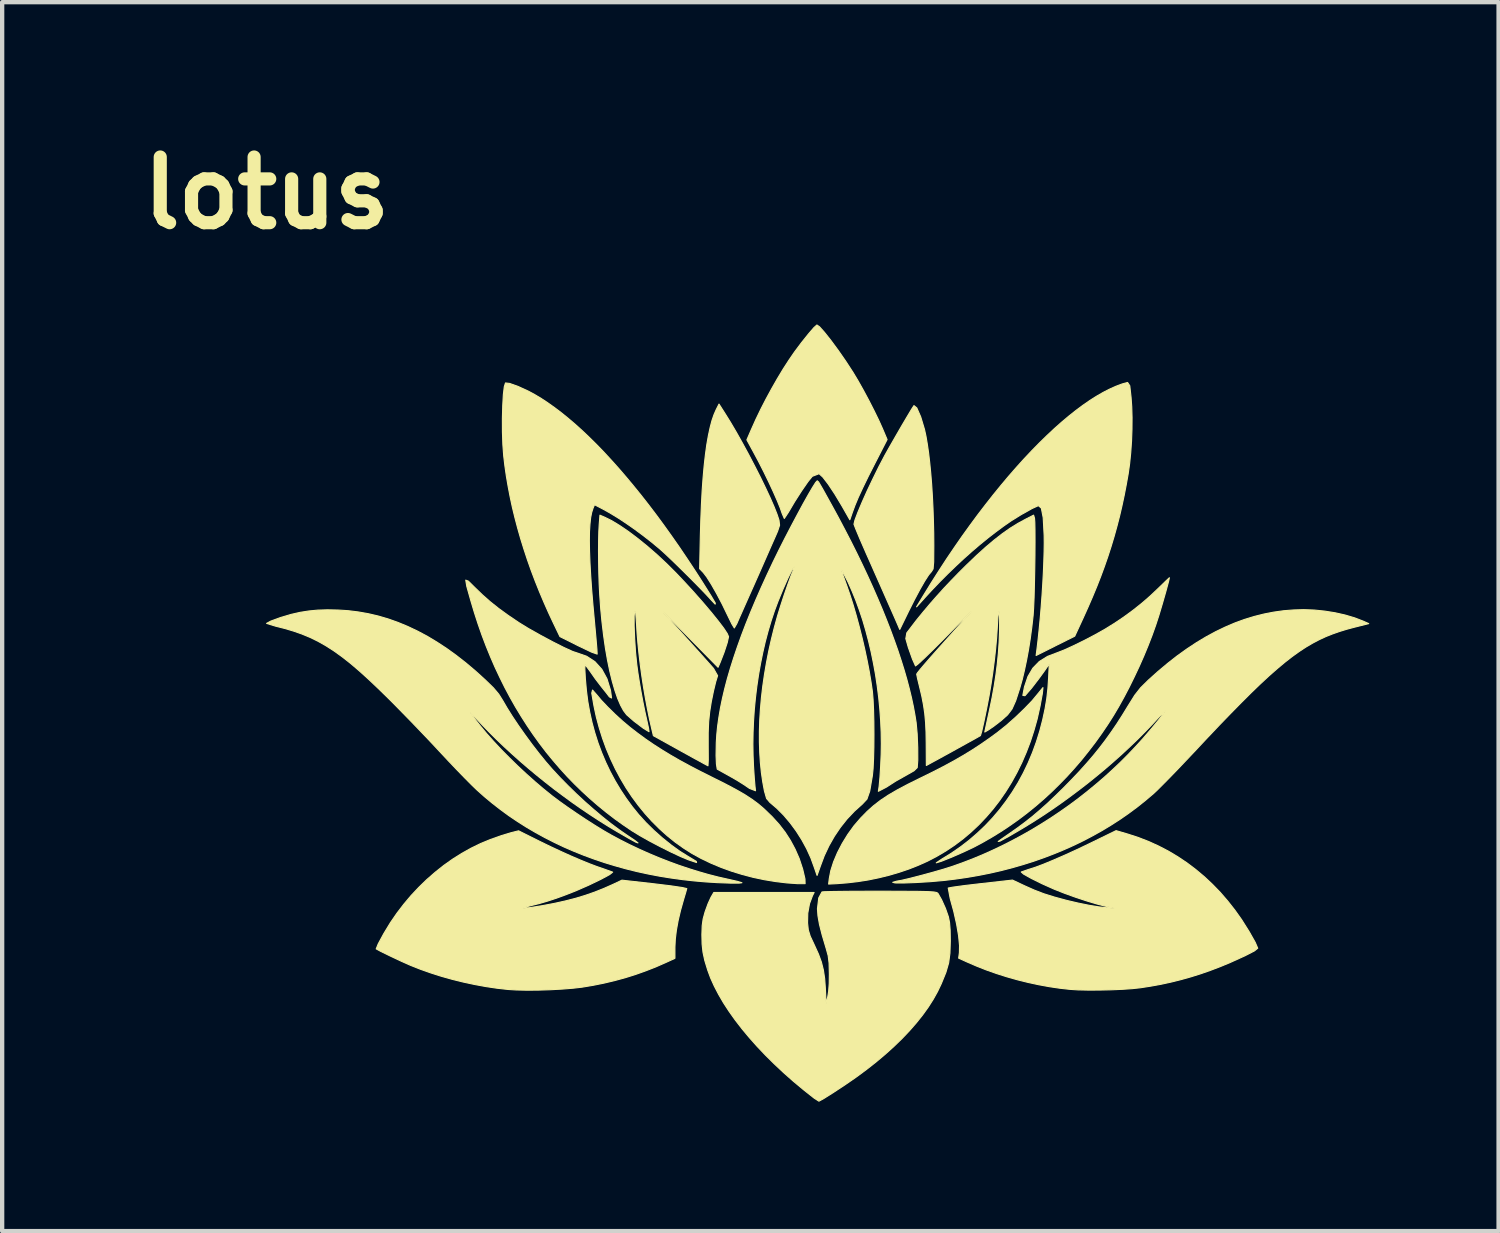
<source format=kicad_pcb>
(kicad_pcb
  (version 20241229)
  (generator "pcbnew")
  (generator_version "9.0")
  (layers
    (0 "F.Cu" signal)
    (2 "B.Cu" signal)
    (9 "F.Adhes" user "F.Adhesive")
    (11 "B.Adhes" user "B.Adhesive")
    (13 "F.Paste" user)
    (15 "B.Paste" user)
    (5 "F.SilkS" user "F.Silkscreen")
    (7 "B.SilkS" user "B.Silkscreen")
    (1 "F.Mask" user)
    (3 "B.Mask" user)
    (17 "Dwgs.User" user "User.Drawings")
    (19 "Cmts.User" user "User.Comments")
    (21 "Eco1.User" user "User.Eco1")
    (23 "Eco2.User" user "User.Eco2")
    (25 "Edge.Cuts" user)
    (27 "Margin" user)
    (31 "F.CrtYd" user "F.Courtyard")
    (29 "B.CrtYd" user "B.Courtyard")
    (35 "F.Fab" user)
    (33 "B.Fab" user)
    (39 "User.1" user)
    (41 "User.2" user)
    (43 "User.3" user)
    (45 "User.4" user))
  (footprint "lotus"
    (layer "F.Cu")
    (at 3.135 4.489)
    (property "Reference" "lotus" (at 0 -3.062 0) (layer "F.SilkS") (effects (font (size 1.524 1.524) (thickness 0.305))))
    (attr exclude_from_pos_files exclude_from_bom)
    (fp_poly (pts (xy 10.687 6.717) (xy 10.568 6.472) (xy 10.441 6.232) (xy 10.318 6.016) (xy 10.21 5.845) (xy 10.129 5.74) (xy 10.046 5.654) (xy 10.062 4.892) (xy 10.073 4.52) (xy 10.087 4.172) (xy 10.104 3.846) (xy 10.126 3.544) (xy 10.151 3.264) (xy 10.18 3.008) (xy 10.212 2.775) (xy 10.249 2.566) (xy 10.289 2.38) (xy 10.332 2.217) (xy 10.38 2.078) (xy 10.431 1.962) (xy 10.495 1.836) (xy 10.628 2.044) (xy 10.759 2.255) (xy 10.898 2.491) (xy 11.04 2.744) (xy 11.183 3.007) (xy 11.322 3.273) (xy 11.455 3.534) (xy 11.576 3.784) (xy 11.684 4.016) (xy 11.774 4.222) (xy 11.842 4.395) (xy 11.886 4.528) (xy 11.9 4.645) (xy 11.855 4.782) (xy 11.8 4.909) (xy 11.702 5.13) (xy 11.577 5.415) (xy 11.438 5.731) (xy 11.298 6.047) (xy 11.171 6.332) (xy 11.072 6.555) (xy 11.015 6.684) (xy 10.956 6.816) (xy 10.908 6.928) (xy 10.85 7.028) (xy 10.794 6.936) (xy 10.687 6.717)) (stroke (width 0.026) (type solid)) (fill yes) (layer "F.SilkS"))
    (fp_poly (pts (xy 14.65 6.972) (xy 14.603 6.863) (xy 14.516 6.665) (xy 14.407 6.419) (xy 14.328 6.24) (xy 14.231 6.02) (xy 14.124 5.779) (xy 14.016 5.534) (xy 13.914 5.305) (xy 13.769 4.973) (xy 13.666 4.727) (xy 13.626 4.622) (xy 13.649 4.526) (xy 13.714 4.354) (xy 13.81 4.125) (xy 13.929 3.858) (xy 14.064 3.574) (xy 14.203 3.291) (xy 14.34 3.03) (xy 14.443 2.846) (xy 14.579 2.609) (xy 14.725 2.356) (xy 14.862 2.124) (xy 14.966 1.95) (xy 15.018 1.871) (xy 15.083 1.924) (xy 15.174 2.131) (xy 15.262 2.424) (xy 15.296 2.58) (xy 15.327 2.762) (xy 15.357 2.968) (xy 15.383 3.194) (xy 15.407 3.439) (xy 15.428 3.698) (xy 15.445 3.97) (xy 15.459 4.252) (xy 15.469 4.54) (xy 15.476 4.832) (xy 15.478 5.125) (xy 15.475 5.498) (xy 15.461 5.659) (xy 15.424 5.719) (xy 15.357 5.8) (xy 15.266 5.941) (xy 15.156 6.133) (xy 15.031 6.367) (xy 14.897 6.633) (xy 14.688 7.062) (xy 14.65 6.972)) (stroke (width 0.026) (type solid)) (fill yes) (layer "F.SilkS"))
    (fp_poly (pts (xy 13.352 4.205) (xy 13.182 3.922) (xy 13.028 3.69) (xy 12.902 3.527) (xy 12.817 3.45) (xy 12.658 3.511) (xy 12.557 3.636) (xy 12.409 3.85) (xy 12.247 4.103) (xy 12.102 4.349) (xy 12.01 4.488) (xy 11.961 4.375) (xy 11.916 4.246) (xy 11.846 4.074) (xy 11.756 3.87) (xy 11.651 3.644) (xy 11.535 3.406) (xy 11.413 3.166) (xy 11.289 2.935) (xy 11.142 2.665) (xy 11.248 2.421) (xy 11.352 2.189) (xy 11.467 1.951) (xy 11.59 1.712) (xy 11.719 1.475) (xy 11.851 1.244) (xy 11.984 1.023) (xy 12.117 0.817) (xy 12.246 0.629) (xy 12.409 0.411) (xy 12.569 0.211) (xy 12.697 0.062) (xy 12.766 0.000256) (xy 12.826 0.042) (xy 12.939 0.168) (xy 13.089 0.357) (xy 13.26 0.589) (xy 13.437 0.844) (xy 13.604 1.101) (xy 13.719 1.293) (xy 13.844 1.515) (xy 13.971 1.752) (xy 14.092 1.989) (xy 14.2 2.211) (xy 14.286 2.402) (xy 14.394 2.658) (xy 14.118 3.196) (xy 13.956 3.514) (xy 13.828 3.778) (xy 13.726 3.998) (xy 13.648 4.185) (xy 13.587 4.351) (xy 13.53 4.518) (xy 13.352 4.205)) (stroke (width 0.026) (type solid)) (fill yes) (layer "F.SilkS"))
    (fp_poly (pts (xy 13.053 12.846) (xy 13.089 12.658) (xy 13.154 12.454) (xy 13.244 12.241) (xy 13.356 12.026) (xy 13.485 11.816) (xy 13.629 11.617) (xy 13.784 11.437) (xy 13.933 11.285) (xy 14.083 11.151) (xy 14.242 11.028) (xy 14.422 10.908) (xy 14.631 10.786) (xy 14.88 10.654) (xy 15.179 10.506) (xy 15.452 10.372) (xy 15.703 10.243) (xy 15.934 10.118) (xy 16.151 9.993) (xy 16.357 9.868) (xy 16.556 9.738) (xy 16.754 9.601) (xy 16.953 9.456) (xy 17.156 9.294) (xy 17.372 9.103) (xy 17.581 8.903) (xy 17.76 8.717) (xy 17.887 8.564) (xy 18.01 8.413) (xy 17.996 8.55) (xy 17.943 8.839) (xy 17.875 9.143) (xy 17.801 9.406) (xy 17.718 9.662) (xy 17.623 9.911) (xy 17.519 10.152) (xy 17.404 10.385) (xy 17.28 10.609) (xy 17.146 10.825) (xy 17.003 11.032) (xy 16.851 11.229) (xy 16.689 11.417) (xy 16.52 11.595) (xy 16.342 11.762) (xy 16.155 11.92) (xy 15.961 12.066) (xy 15.759 12.201) (xy 15.549 12.325) (xy 15.333 12.438) (xy 15.123 12.532) (xy 14.904 12.619) (xy 14.676 12.696) (xy 14.442 12.765) (xy 14.203 12.824) (xy 13.96 12.874) (xy 13.714 12.913) (xy 13.467 12.942) (xy 13.219 12.961) (xy 13.038 12.97) (xy 13.053 12.846)) (stroke (width 0.026) (type solid)) (fill yes) (layer "F.SilkS"))
    (fp_poly (pts (xy 12.33 12.961) (xy 12.068 12.943) (xy 11.805 12.911) (xy 11.543 12.868) (xy 11.284 12.813) (xy 11.029 12.746) (xy 10.78 12.669) (xy 10.538 12.581) (xy 10.304 12.483) (xy 10.081 12.376) (xy 9.87 12.26) (xy 9.673 12.135) (xy 9.479 11.997) (xy 9.293 11.847) (xy 9.114 11.686) (xy 8.942 11.515) (xy 8.779 11.334) (xy 8.624 11.144) (xy 8.477 10.945) (xy 8.339 10.738) (xy 8.211 10.522) (xy 8.092 10.3) (xy 7.983 10.07) (xy 7.883 9.834) (xy 7.795 9.592) (xy 7.717 9.344) (xy 7.649 9.092) (xy 7.594 8.835) (xy 7.543 8.54) (xy 7.561 8.47) (xy 7.658 8.58) (xy 7.765 8.708) (xy 7.912 8.863) (xy 8.082 9.03) (xy 8.26 9.192) (xy 8.429 9.334) (xy 8.605 9.47) (xy 8.783 9.601) (xy 8.968 9.728) (xy 9.161 9.852) (xy 9.364 9.976) (xy 9.579 10.1) (xy 9.808 10.225) (xy 10.054 10.353) (xy 10.319 10.486) (xy 10.631 10.642) (xy 10.884 10.776) (xy 11.09 10.894) (xy 11.262 11.006) (xy 11.41 11.116) (xy 11.547 11.234) (xy 11.73 11.411) (xy 11.89 11.588) (xy 12.03 11.77) (xy 12.152 11.96) (xy 12.26 12.162) (xy 12.356 12.381) (xy 12.435 12.621) (xy 12.489 12.852) (xy 12.492 12.961) (xy 12.33 12.961) (xy 12.33 12.961)) (stroke (width 0.026) (type solid)) (fill yes) (layer "F.SilkS"))
    (fp_poly (pts (xy 15.664 12.391) (xy 15.884 12.256) (xy 16.094 12.111) (xy 16.296 11.956) (xy 16.487 11.791) (xy 16.67 11.618) (xy 16.843 11.435) (xy 17.006 11.243) (xy 17.158 11.043) (xy 17.301 10.835) (xy 17.434 10.618) (xy 17.556 10.393) (xy 17.667 10.161) (xy 17.768 9.921) (xy 17.858 9.673) (xy 17.937 9.419) (xy 18.005 9.158) (xy 18.06 8.902) (xy 18.099 8.669) (xy 18.125 8.436) (xy 18.142 8.179) (xy 18.157 7.861) (xy 18.048 8.02) (xy 17.915 8.203) (xy 17.747 8.422) (xy 17.593 8.6) (xy 17.544 8.593) (xy 17.581 8.398) (xy 17.662 8.157) (xy 17.775 7.963) (xy 17.925 7.808) (xy 18.118 7.688) (xy 18.36 7.596) (xy 18.503 7.54) (xy 18.716 7.443) (xy 18.965 7.321) (xy 19.215 7.19) (xy 19.434 7.067) (xy 19.664 6.925) (xy 19.886 6.776) (xy 20.099 6.62) (xy 20.304 6.457) (xy 20.501 6.286) (xy 20.688 6.109) (xy 20.866 5.936) (xy 20.943 5.864) (xy 20.922 5.957) (xy 20.86 6.186) (xy 20.778 6.472) (xy 20.699 6.737) (xy 20.625 6.964) (xy 20.541 7.199) (xy 20.448 7.439) (xy 20.348 7.681) (xy 20.241 7.923) (xy 20.128 8.163) (xy 20.012 8.399) (xy 19.892 8.628) (xy 19.77 8.848) (xy 19.647 9.056) (xy 19.524 9.25) (xy 19.376 9.469) (xy 19.224 9.681) (xy 19.066 9.887) (xy 18.905 10.088) (xy 18.738 10.282) (xy 18.568 10.47) (xy 18.392 10.651) (xy 18.213 10.827) (xy 18.029 10.996) (xy 17.842 11.158) (xy 17.65 11.314) (xy 17.454 11.463) (xy 17.254 11.605) (xy 17.051 11.741) (xy 16.844 11.869) (xy 16.633 11.991) (xy 16.419 12.106) (xy 16.177 12.221) (xy 15.899 12.343) (xy 15.66 12.439) (xy 15.536 12.477) (xy 15.664 12.391)) (stroke (width 0.026) (type solid)) (fill yes) (layer "F.SilkS"))
    (fp_poly (pts (xy 9.79 12.409) (xy 9.61 12.334) (xy 9.385 12.229) (xy 9.137 12.105) (xy 8.888 11.974) (xy 8.662 11.847) (xy 8.48 11.736) (xy 8.276 11.598) (xy 8.075 11.454) (xy 7.88 11.304) (xy 7.689 11.148) (xy 7.503 10.987) (xy 7.322 10.821) (xy 7.145 10.649) (xy 6.973 10.472) (xy 6.807 10.289) (xy 6.645 10.101) (xy 6.487 9.908) (xy 6.335 9.709) (xy 6.188 9.505) (xy 6.046 9.296) (xy 5.909 9.082) (xy 5.776 8.863) (xy 5.649 8.639) (xy 5.527 8.41) (xy 5.411 8.176) (xy 5.299 7.938) (xy 5.193 7.694) (xy 5.092 7.446) (xy 4.996 7.193) (xy 4.906 6.935) (xy 4.821 6.673) (xy 4.741 6.406) (xy 4.644 6.063) (xy 4.62 5.92) (xy 4.679 5.942) (xy 4.833 6.094) (xy 5.008 6.263) (xy 5.186 6.42) (xy 5.379 6.574) (xy 5.596 6.732) (xy 5.847 6.902) (xy 6.068 7.038) (xy 6.341 7.192) (xy 6.628 7.346) (xy 6.893 7.48) (xy 7.099 7.574) (xy 7.208 7.61) (xy 7.423 7.685) (xy 7.616 7.811) (xy 7.775 7.987) (xy 7.896 8.209) (xy 7.977 8.473) (xy 8.002 8.653) (xy 7.952 8.627) (xy 7.883 8.536) (xy 7.766 8.39) (xy 7.629 8.211) (xy 7.509 8.04) (xy 7.387 7.874) (xy 7.382 7.969) (xy 7.394 8.199) (xy 7.419 8.482) (xy 7.451 8.734) (xy 7.495 8.98) (xy 7.549 9.223) (xy 7.613 9.46) (xy 7.687 9.693) (xy 7.772 9.922) (xy 7.866 10.145) (xy 7.97 10.363) (xy 8.084 10.575) (xy 8.207 10.781) (xy 8.34 10.982) (xy 8.482 11.176) (xy 8.634 11.363) (xy 8.797 11.542) (xy 8.982 11.724) (xy 9.18 11.9) (xy 9.384 12.064) (xy 9.583 12.208) (xy 9.769 12.324) (xy 9.968 12.444) (xy 9.974 12.47) (xy 9.79 12.409)) (stroke (width 0.026) (type solid)) (fill yes) (layer "F.SilkS"))
    (fp_poly (pts (xy 17.869 7.539) (xy 17.896 7.312) (xy 17.922 7.066) (xy 17.947 6.807) (xy 17.969 6.54) (xy 17.989 6.269) (xy 18.006 6.001) (xy 18.02 5.74) (xy 18.03 5.493) (xy 18.037 5.263) (xy 18.04 5.057) (xy 18.038 4.88) (xy 18.016 4.47) (xy 17.973 4.249) (xy 17.904 4.191) (xy 17.755 4.259) (xy 17.502 4.401) (xy 17.264 4.549) (xy 17.09 4.67) (xy 16.911 4.803) (xy 16.729 4.944) (xy 16.544 5.095) (xy 16.359 5.253) (xy 16.173 5.419) (xy 15.988 5.591) (xy 15.804 5.769) (xy 15.622 5.951) (xy 15.444 6.137) (xy 15.269 6.327) (xy 15.079 6.538) (xy 15.256 6.247) (xy 15.429 5.966) (xy 15.605 5.69) (xy 15.781 5.42) (xy 15.959 5.157) (xy 16.138 4.899) (xy 16.318 4.649) (xy 16.498 4.405) (xy 16.679 4.169) (xy 16.859 3.94) (xy 17.04 3.718) (xy 17.219 3.505) (xy 17.399 3.299) (xy 17.577 3.102) (xy 17.754 2.914) (xy 17.93 2.735) (xy 18.104 2.565) (xy 18.276 2.404) (xy 18.446 2.253) (xy 18.614 2.112) (xy 18.779 1.981) (xy 18.942 1.86) (xy 19.101 1.75) (xy 19.257 1.651) (xy 19.41 1.563) (xy 19.559 1.487) (xy 19.704 1.422) (xy 19.845 1.369) (xy 19.973 1.334) (xy 20.024 1.41) (xy 20.054 1.679) (xy 20.07 1.901) (xy 20.077 2.151) (xy 20.075 2.419) (xy 20.065 2.693) (xy 20.046 2.964) (xy 20.02 3.221) (xy 19.987 3.454) (xy 19.942 3.707) (xy 19.894 3.955) (xy 19.842 4.198) (xy 19.786 4.438) (xy 19.725 4.674) (xy 19.66 4.908) (xy 19.59 5.14) (xy 19.515 5.372) (xy 19.434 5.605) (xy 19.348 5.838) (xy 19.256 6.073) (xy 19.157 6.311) (xy 19.052 6.553) (xy 18.941 6.799) (xy 18.747 7.219) (xy 18.299 7.443) (xy 17.852 7.667) (xy 17.869 7.539)) (stroke (width 0.026) (type solid)) (fill yes) (layer "F.SilkS"))
    (fp_poly (pts (xy 18.64 15.413) (xy 18.4 15.386) (xy 18.157 15.35) (xy 17.911 15.305) (xy 17.665 15.252) (xy 17.419 15.191) (xy 17.175 15.122) (xy 16.935 15.046) (xy 16.699 14.963) (xy 16.471 14.873) (xy 16.249 14.777) (xy 16.055 14.689) (xy 16.072 14.562) (xy 16.075 14.393) (xy 16.053 14.166) (xy 16.007 13.897) (xy 15.941 13.603) (xy 15.858 13.302) (xy 15.813 13.062) (xy 15.925 13.041) (xy 16.197 13.004) (xy 16.57 12.96) (xy 17.304 12.878) (xy 17.575 13.006) (xy 17.806 13.109) (xy 18.03 13.195) (xy 18.273 13.271) (xy 18.561 13.349) (xy 18.83 13.412) (xy 19.082 13.463) (xy 19.312 13.5) (xy 19.518 13.522) (xy 19.698 13.537) (xy 19.464 13.484) (xy 19.261 13.432) (xy 19.016 13.358) (xy 18.754 13.271) (xy 18.497 13.178) (xy 18.268 13.087) (xy 17.989 12.962) (xy 17.739 12.838) (xy 17.563 12.74) (xy 17.507 12.69) (xy 17.661 12.636) (xy 17.81 12.589) (xy 18.008 12.516) (xy 18.245 12.418) (xy 18.512 12.302) (xy 18.801 12.17) (xy 19.102 12.026) (xy 19.707 11.731) (xy 19.986 11.813) (xy 20.227 11.892) (xy 20.464 11.984) (xy 20.694 12.089) (xy 20.919 12.206) (xy 21.137 12.336) (xy 21.349 12.478) (xy 21.553 12.632) (xy 21.751 12.798) (xy 21.941 12.976) (xy 22.123 13.164) (xy 22.296 13.364) (xy 22.461 13.574) (xy 22.618 13.795) (xy 22.791 14.07) (xy 22.933 14.321) (xy 22.992 14.458) (xy 22.917 14.52) (xy 22.7 14.632) (xy 22.352 14.79) (xy 22.126 14.884) (xy 21.9 14.97) (xy 21.672 15.05) (xy 21.442 15.122) (xy 21.211 15.187) (xy 20.978 15.245) (xy 20.743 15.296) (xy 20.506 15.339) (xy 20.267 15.376) (xy 20.081 15.396) (xy 19.849 15.412) (xy 19.589 15.423) (xy 19.319 15.429) (xy 19.059 15.43) (xy 18.826 15.425) (xy 18.64 15.413)) (stroke (width 0.026) (type solid)) (fill yes) (layer "F.SilkS"))
    (fp_poly (pts (xy 7.232 7.443) (xy 6.805 7.229) (xy 6.658 6.923) (xy 6.543 6.678) (xy 6.434 6.432) (xy 6.33 6.186) (xy 6.231 5.939) (xy 6.138 5.693) (xy 6.051 5.447) (xy 5.97 5.201) (xy 5.894 4.956) (xy 5.824 4.711) (xy 5.76 4.468) (xy 5.701 4.225) (xy 5.649 3.983) (xy 5.603 3.743) (xy 5.562 3.505) (xy 5.528 3.268) (xy 5.5 3.032) (xy 5.481 2.776) (xy 5.471 2.479) (xy 5.47 2.168) (xy 5.478 1.872) (xy 5.492 1.618) (xy 5.514 1.433) (xy 5.542 1.345) (xy 5.64 1.357) (xy 5.84 1.429) (xy 6.073 1.536) (xy 6.221 1.616) (xy 6.371 1.706) (xy 6.524 1.807) (xy 6.679 1.917) (xy 6.836 2.036) (xy 6.996 2.166) (xy 7.158 2.304) (xy 7.322 2.452) (xy 7.487 2.609) (xy 7.655 2.775) (xy 7.824 2.95) (xy 7.994 3.134) (xy 8.166 3.326) (xy 8.339 3.527) (xy 8.513 3.736) (xy 8.689 3.953) (xy 8.865 4.178) (xy 9.042 4.411) (xy 9.219 4.652) (xy 9.397 4.901) (xy 9.576 5.157) (xy 9.754 5.421) (xy 9.933 5.691) (xy 10.112 5.969) (xy 10.314 6.291) (xy 10.409 6.453) (xy 10.406 6.476) (xy 10.315 6.379) (xy 10.195 6.249) (xy 10.028 6.075) (xy 9.831 5.875) (xy 9.623 5.669) (xy 9.424 5.475) (xy 9.251 5.311) (xy 9.124 5.196) (xy 8.934 5.038) (xy 8.738 4.885) (xy 8.54 4.738) (xy 8.342 4.6) (xy 8.149 4.473) (xy 7.965 4.361) (xy 7.792 4.265) (xy 7.607 4.169) (xy 7.571 4.255) (xy 7.541 4.349) (xy 7.517 4.47) (xy 7.501 4.619) (xy 7.49 4.797) (xy 7.487 5.004) (xy 7.491 5.242) (xy 7.501 5.511) (xy 7.518 5.813) (xy 7.541 6.147) (xy 7.572 6.515) (xy 7.609 6.917) (xy 7.641 7.271) (xy 7.663 7.529) (xy 7.668 7.635) (xy 7.536 7.588) (xy 7.232 7.443)) (stroke (width 0.026) (type solid)) (fill yes) (layer "F.SilkS"))
    (fp_poly (pts (xy 5.602 15.415) (xy 5.344 15.386) (xy 5.083 15.347) (xy 4.822 15.299) (xy 4.561 15.243) (xy 4.303 15.179) (xy 4.05 15.108) (xy 3.803 15.029) (xy 3.563 14.944) (xy 3.334 14.853) (xy 3.123 14.759) (xy 2.868 14.639) (xy 2.649 14.532) (xy 2.543 14.474) (xy 2.589 14.359) (xy 2.719 14.119) (xy 2.874 13.864) (xy 3.024 13.646) (xy 3.184 13.437) (xy 3.353 13.236) (xy 3.532 13.046) (xy 3.718 12.865) (xy 3.912 12.696) (xy 4.112 12.537) (xy 4.318 12.391) (xy 4.53 12.258) (xy 4.746 12.137) (xy 4.966 12.03) (xy 5.189 11.938) (xy 5.454 11.844) (xy 5.667 11.78) (xy 5.845 11.735) (xy 6.342 11.983) (xy 6.583 12.1) (xy 6.823 12.212) (xy 7.057 12.318) (xy 7.279 12.413) (xy 7.482 12.496) (xy 7.659 12.563) (xy 7.805 12.613) (xy 8.027 12.693) (xy 7.96 12.748) (xy 7.755 12.859) (xy 7.473 12.995) (xy 7.174 13.126) (xy 6.943 13.217) (xy 6.727 13.296) (xy 6.521 13.364) (xy 6.323 13.422) (xy 6.132 13.47) (xy 5.955 13.517) (xy 5.953 13.532) (xy 6.108 13.517) (xy 6.404 13.47) (xy 6.674 13.419) (xy 6.926 13.363) (xy 7.164 13.302) (xy 7.389 13.234) (xy 7.607 13.158) (xy 7.819 13.074) (xy 8.031 12.98) (xy 8.243 12.88) (xy 8.997 12.965) (xy 9.376 13.011) (xy 9.645 13.051) (xy 9.747 13.075) (xy 9.723 13.161) (xy 9.672 13.332) (xy 9.603 13.577) (xy 9.547 13.815) (xy 9.506 14.041) (xy 9.481 14.249) (xy 9.472 14.432) (xy 9.472 14.693) (xy 9.255 14.792) (xy 9.025 14.893) (xy 8.792 14.984) (xy 8.556 15.068) (xy 8.317 15.143) (xy 8.074 15.209) (xy 7.826 15.268) (xy 7.573 15.319) (xy 7.316 15.362) (xy 7.109 15.386) (xy 6.86 15.406) (xy 6.587 15.421) (xy 6.307 15.43) (xy 6.037 15.432) (xy 5.797 15.427) (xy 5.602 15.415) (xy 5.602 15.415)) (stroke (width 0.026) (type solid)) (fill yes) (layer "F.SilkS"))
    (fp_poly (pts (xy 12.7 17.934) (xy 12.455 17.74) (xy 12.219 17.543) (xy 11.993 17.343) (xy 11.778 17.141) (xy 11.573 16.938) (xy 11.379 16.734) (xy 11.198 16.53) (xy 11.029 16.327) (xy 10.872 16.124) (xy 10.729 15.923) (xy 10.6 15.725) (xy 10.486 15.529) (xy 10.386 15.337) (xy 10.301 15.149) (xy 10.233 14.965) (xy 10.166 14.746) (xy 10.124 14.554) (xy 10.103 14.363) (xy 10.098 14.145) (xy 10.105 13.936) (xy 10.127 13.78) (xy 10.172 13.616) (xy 10.242 13.424) (xy 10.309 13.278) (xy 10.374 13.166) (xy 11.538 13.166) (xy 12.701 13.166) (xy 12.663 13.24) (xy 12.594 13.426) (xy 12.554 13.645) (xy 12.549 13.872) (xy 12.566 14.033) (xy 12.61 14.178) (xy 12.708 14.388) (xy 12.802 14.595) (xy 12.87 14.78) (xy 12.916 14.964) (xy 12.946 15.164) (xy 12.963 15.402) (xy 12.979 15.746) (xy 13.018 15.587) (xy 13.039 15.457) (xy 13.052 15.28) (xy 13.055 15.058) (xy 13.049 14.803) (xy 13.028 14.632) (xy 12.981 14.462) (xy 12.889 14.153) (xy 12.826 13.906) (xy 12.791 13.708) (xy 12.779 13.545) (xy 12.809 13.292) (xy 12.884 13.153) (xy 12.939 13.148) (xy 13.079 13.144) (xy 13.291 13.141) (xy 13.562 13.138) (xy 13.878 13.137) (xy 14.226 13.136) (xy 14.748 13.138) (xy 15.111 13.14) (xy 15.346 13.145) (xy 15.481 13.154) (xy 15.546 13.167) (xy 15.573 13.185) (xy 15.657 13.332) (xy 15.749 13.537) (xy 15.816 13.729) (xy 15.843 13.864) (xy 15.857 14.041) (xy 15.861 14.29) (xy 15.852 14.573) (xy 15.822 14.799) (xy 15.758 15.019) (xy 15.65 15.284) (xy 15.564 15.464) (xy 15.463 15.645) (xy 15.347 15.827) (xy 15.216 16.009) (xy 15.07 16.192) (xy 14.911 16.374) (xy 14.737 16.557) (xy 14.549 16.739) (xy 14.348 16.92) (xy 14.134 17.1) (xy 13.906 17.279) (xy 13.666 17.456) (xy 13.415 17.629) (xy 13.142 17.809) (xy 12.918 17.95) (xy 12.813 18.007) (xy 12.7 17.934)) (stroke (width 0.026) (type solid)) (fill yes) (layer "F.SilkS"))
    (fp_poly (pts (xy 9.6 9.876) (xy 8.973 9.528) (xy 8.932 9.356) (xy 8.881 9.133) (xy 8.833 8.897) (xy 8.787 8.652) (xy 8.744 8.4) (xy 8.705 8.144) (xy 8.67 7.89) (xy 8.64 7.638) (xy 8.615 7.393) (xy 8.595 7.159) (xy 8.582 6.937) (xy 8.562 6.665) (xy 8.539 6.633) (xy 8.526 6.754) (xy 8.526 6.984) (xy 8.538 7.278) (xy 8.558 7.588) (xy 8.586 7.868) (xy 8.613 8.069) (xy 8.648 8.291) (xy 8.688 8.522) (xy 8.731 8.753) (xy 8.776 8.973) (xy 8.821 9.174) (xy 8.861 9.359) (xy 8.871 9.435) (xy 8.741 9.356) (xy 8.522 9.19) (xy 8.353 9.042) (xy 8.281 8.947) (xy 8.212 8.82) (xy 8.144 8.662) (xy 8.08 8.476) (xy 8.019 8.265) (xy 7.961 8.029) (xy 7.908 7.772) (xy 7.86 7.496) (xy 7.818 7.202) (xy 7.781 6.894) (xy 7.75 6.573) (xy 7.727 6.242) (xy 7.715 6.008) (xy 7.707 5.755) (xy 7.702 5.494) (xy 7.7 5.239) (xy 7.702 5.001) (xy 7.707 4.794) (xy 7.716 4.629) (xy 7.733 4.413) (xy 7.845 4.461) (xy 8.008 4.542) (xy 8.194 4.655) (xy 8.399 4.795) (xy 8.616 4.959) (xy 8.841 5.142) (xy 9.068 5.34) (xy 9.292 5.55) (xy 9.496 5.754) (xy 9.709 5.979) (xy 9.923 6.213) (xy 10.128 6.446) (xy 10.316 6.668) (xy 10.477 6.868) (xy 10.604 7.035) (xy 10.686 7.16) (xy 10.716 7.231) (xy 10.686 7.369) (xy 10.613 7.592) (xy 10.524 7.821) (xy 10.473 7.94) (xy 9.783 7.239) (xy 9.542 6.996) (xy 9.365 6.817) (xy 9.249 6.704) (xy 9.195 6.656) (xy 9.203 6.672) (xy 9.272 6.753) (xy 9.403 6.897) (xy 9.593 7.106) (xy 9.707 7.231) (xy 9.866 7.407) (xy 10.046 7.607) (xy 10.221 7.803) (xy 10.366 7.966) (xy 10.462 8.136) (xy 10.418 8.279) (xy 10.366 8.494) (xy 10.316 8.739) (xy 10.279 8.971) (xy 10.255 9.201) (xy 10.244 9.459) (xy 10.244 9.76) (xy 10.246 10.09) (xy 10.239 10.226) (xy 10.147 10.177) (xy 9.917 10.051) (xy 9.6 9.876) (xy 9.6 9.876)) (stroke (width 0.026) (type solid)) (fill yes) (layer "F.SilkS"))
    (fp_poly (pts (xy 15.302 9.701) (xy 15.298 9.444) (xy 15.287 9.218) (xy 15.268 9.011) (xy 15.239 8.813) (xy 15.2 8.611) (xy 15.148 8.393) (xy 15.101 8.2) (xy 15.081 8.1) (xy 15.103 8.065) (xy 15.168 7.984) (xy 15.276 7.857) (xy 15.425 7.686) (xy 15.617 7.47) (xy 15.849 7.211) (xy 16.122 6.909) (xy 16.261 6.754) (xy 16.339 6.665) (xy 16.353 6.642) (xy 16.302 6.688) (xy 16.185 6.803) (xy 15.999 6.989) (xy 15.745 7.247) (xy 15.482 7.511) (xy 15.265 7.723) (xy 15.114 7.863) (xy 15.054 7.909) (xy 14.984 7.752) (xy 14.887 7.479) (xy 14.829 7.276) (xy 14.852 7.143) (xy 15.071 6.856) (xy 15.236 6.654) (xy 15.397 6.463) (xy 15.558 6.28) (xy 15.719 6.102) (xy 15.885 5.926) (xy 16.056 5.75) (xy 16.236 5.571) (xy 16.466 5.351) (xy 16.68 5.157) (xy 16.881 4.988) (xy 17.071 4.84) (xy 17.255 4.711) (xy 17.435 4.6) (xy 17.614 4.503) (xy 17.793 4.412) (xy 17.814 4.483) (xy 17.821 4.575) (xy 17.825 4.768) (xy 17.826 5.036) (xy 17.824 5.352) (xy 17.819 5.69) (xy 17.812 6.024) (xy 17.804 6.327) (xy 17.793 6.574) (xy 17.782 6.737) (xy 17.751 7.013) (xy 17.715 7.28) (xy 17.674 7.537) (xy 17.629 7.781) (xy 17.58 8.012) (xy 17.528 8.228) (xy 17.471 8.428) (xy 17.377 8.718) (xy 17.292 8.908) (xy 17.188 9.045) (xy 17.04 9.177) (xy 16.868 9.309) (xy 16.746 9.393) (xy 16.661 9.443) (xy 16.677 9.367) (xy 16.712 9.204) (xy 16.774 8.919) (xy 16.831 8.644) (xy 16.879 8.378) (xy 16.919 8.12) (xy 16.951 7.866) (xy 16.976 7.616) (xy 16.993 7.368) (xy 17.003 7.12) (xy 17.005 6.825) (xy 16.998 6.663) (xy 16.984 6.64) (xy 16.967 6.761) (xy 16.95 7.032) (xy 16.935 7.261) (xy 16.912 7.515) (xy 16.882 7.784) (xy 16.846 8.061) (xy 16.805 8.336) (xy 16.76 8.602) (xy 16.701 8.909) (xy 16.64 9.204) (xy 16.589 9.429) (xy 16.56 9.526) (xy 16.478 9.573) (xy 16.274 9.686) (xy 15.996 9.84) (xy 15.693 10.007) (xy 15.411 10.161) (xy 15.305 10.219) (xy 15.302 9.701) (xy 15.302 9.701)) (stroke (width 0.026) (type solid)) (fill yes) (layer "F.SilkS"))
    (fp_poly (pts (xy 14.526 12.93) (xy 14.621 12.902) (xy 14.726 12.884) (xy 14.923 12.838) (xy 15.175 12.773) (xy 15.447 12.699) (xy 15.701 12.626) (xy 15.901 12.563) (xy 16.137 12.479) (xy 16.372 12.389) (xy 16.606 12.292) (xy 16.838 12.188) (xy 17.069 12.078) (xy 17.297 11.962) (xy 17.524 11.84) (xy 17.748 11.713) (xy 17.969 11.579) (xy 18.187 11.441) (xy 18.403 11.296) (xy 18.615 11.147) (xy 18.823 10.993) (xy 19.027 10.833) (xy 19.227 10.669) (xy 19.423 10.501) (xy 19.614 10.328) (xy 19.801 10.151) (xy 19.982 9.97) (xy 20.158 9.785) (xy 20.329 9.597) (xy 20.526 9.367) (xy 20.692 9.166) (xy 20.807 9.017) (xy 20.849 8.946) (xy 20.711 9.083) (xy 20.549 9.26) (xy 20.379 9.436) (xy 20.203 9.613) (xy 20.021 9.788) (xy 19.834 9.962) (xy 19.641 10.134) (xy 19.443 10.305) (xy 19.242 10.472) (xy 19.037 10.637) (xy 18.828 10.798) (xy 18.617 10.956) (xy 18.404 11.11) (xy 18.189 11.259) (xy 17.973 11.403) (xy 17.757 11.541) (xy 17.54 11.674) (xy 17.218 11.863) (xy 17.016 11.973) (xy 16.973 11.982) (xy 17.058 11.92) (xy 17.224 11.805) (xy 17.411 11.674) (xy 17.589 11.542) (xy 17.763 11.405) (xy 17.935 11.259) (xy 18.112 11.101) (xy 18.297 10.926) (xy 18.495 10.732) (xy 18.682 10.541) (xy 18.857 10.356) (xy 19.02 10.175) (xy 19.174 9.996) (xy 19.32 9.816) (xy 19.459 9.634) (xy 19.593 9.447) (xy 19.724 9.255) (xy 19.853 9.054) (xy 19.982 8.843) (xy 20.141 8.589) (xy 20.276 8.417) (xy 20.455 8.24) (xy 20.678 8.04) (xy 20.901 7.853) (xy 21.123 7.679) (xy 21.346 7.519) (xy 21.568 7.372) (xy 21.791 7.238) (xy 22.014 7.117) (xy 22.238 7.009) (xy 22.462 6.913) (xy 22.687 6.831) (xy 22.913 6.762) (xy 23.14 6.705) (xy 23.368 6.661) (xy 23.597 6.629) (xy 23.827 6.611) (xy 24.059 6.604) (xy 24.3 6.613) (xy 24.545 6.638) (xy 24.789 6.677) (xy 25.024 6.73) (xy 25.242 6.795) (xy 25.437 6.87) (xy 25.567 6.928) (xy 25.225 7.014) (xy 25.053 7.06) (xy 24.888 7.111) (xy 24.728 7.167) (xy 24.572 7.229) (xy 24.419 7.3) (xy 24.265 7.381) (xy 24.11 7.472) (xy 23.952 7.576) (xy 23.789 7.693) (xy 23.62 7.825) (xy 23.442 7.974) (xy 23.253 8.14) (xy 23.053 8.326) (xy 22.839 8.532) (xy 22.61 8.76) (xy 22.364 9.011) (xy 22.098 9.286) (xy 21.812 9.588) (xy 21.504 9.917) (xy 21.308 10.124) (xy 21.117 10.325) (xy 20.939 10.509) (xy 20.784 10.666) (xy 20.661 10.789) (xy 20.578 10.867) (xy 20.394 11.023) (xy 20.206 11.174) (xy 20.011 11.319) (xy 19.812 11.458) (xy 19.607 11.591) (xy 19.396 11.719) (xy 19.181 11.84) (xy 18.961 11.956) (xy 18.737 12.065) (xy 18.507 12.168) (xy 18.273 12.265) (xy 18.035 12.356) (xy 17.793 12.441) (xy 17.546 12.519) (xy 17.296 12.591) (xy 17.041 12.657) (xy 16.783 12.716) (xy 16.522 12.768) (xy 16.256 12.814) (xy 15.988 12.853) (xy 15.716 12.886) (xy 15.4 12.914) (xy 15.071 12.934) (xy 14.781 12.945) (xy 14.583 12.944) (xy 14.526 12.93)) (stroke (width 0.026) (type solid)) (fill yes) (layer "F.SilkS"))
    (fp_poly (pts (xy 10.464 12.937) (xy 10.188 12.92) (xy 9.914 12.896) (xy 9.644 12.866) (xy 9.376 12.829) (xy 9.111 12.786) (xy 8.85 12.736) (xy 8.592 12.68) (xy 8.338 12.617) (xy 8.087 12.547) (xy 7.84 12.472) (xy 7.598 12.39) (xy 7.359 12.302) (xy 7.125 12.208) (xy 6.895 12.108) (xy 6.67 12.001) (xy 6.45 11.889) (xy 6.235 11.771) (xy 6.024 11.647) (xy 5.819 11.517) (xy 5.619 11.382) (xy 5.425 11.24) (xy 5.236 11.093) (xy 5.053 10.941) (xy 4.876 10.783) (xy 4.761 10.672) (xy 4.603 10.513) (xy 4.417 10.321) (xy 4.217 10.111) (xy 4.018 9.898) (xy 3.869 9.738) (xy 3.701 9.56) (xy 3.523 9.374) (xy 3.341 9.185) (xy 3.162 9.002) (xy 2.995 8.831) (xy 2.846 8.681) (xy 2.595 8.436) (xy 2.363 8.216) (xy 2.146 8.02) (xy 1.942 7.846) (xy 1.747 7.693) (xy 1.56 7.559) (xy 1.376 7.441) (xy 1.194 7.338) (xy 1.01 7.248) (xy 0.822 7.17) (xy 0.628 7.102) (xy 0.423 7.041) (xy 0.205 6.986) (xy 0 6.923) (xy 0.097 6.87) (xy 0.321 6.788) (xy 0.57 6.714) (xy 0.777 6.667) (xy 0.98 6.635) (xy 1.188 6.615) (xy 1.41 6.608) (xy 1.654 6.613) (xy 1.89 6.628) (xy 2.125 6.657) (xy 2.358 6.698) (xy 2.589 6.752) (xy 2.818 6.819) (xy 3.046 6.9) (xy 3.273 6.994) (xy 3.499 7.101) (xy 3.725 7.221) (xy 3.949 7.356) (xy 4.174 7.503) (xy 4.398 7.665) (xy 4.622 7.84) (xy 4.846 8.029) (xy 5.071 8.233) (xy 5.262 8.419) (xy 5.385 8.565) (xy 5.478 8.714) (xy 5.58 8.889) (xy 5.703 9.085) (xy 5.843 9.294) (xy 5.996 9.511) (xy 6.155 9.728) (xy 6.318 9.939) (xy 6.479 10.137) (xy 6.634 10.315) (xy 6.806 10.5) (xy 6.991 10.688) (xy 7.185 10.877) (xy 7.384 11.062) (xy 7.587 11.24) (xy 7.788 11.41) (xy 7.984 11.566) (xy 8.172 11.706) (xy 8.348 11.828) (xy 8.542 11.958) (xy 8.615 12.015) (xy 8.569 12) (xy 8.408 11.912) (xy 8.136 11.755) (xy 7.926 11.629) (xy 7.715 11.497) (xy 7.505 11.36) (xy 7.296 11.219) (xy 7.087 11.073) (xy 6.881 10.922) (xy 6.676 10.769) (xy 6.474 10.611) (xy 6.275 10.451) (xy 6.079 10.288) (xy 5.887 10.123) (xy 5.7 9.956) (xy 5.517 9.788) (xy 5.339 9.618) (xy 5.167 9.447) (xy 5.001 9.276) (xy 4.841 9.105) (xy 4.736 8.995) (xy 4.723 8.994) (xy 4.797 9.099) (xy 4.958 9.303) (xy 5.103 9.478) (xy 5.265 9.66) (xy 5.44 9.848) (xy 5.627 10.037) (xy 5.821 10.227) (xy 6.021 10.413) (xy 6.224 10.594) (xy 6.427 10.767) (xy 6.628 10.929) (xy 6.786 11.048) (xy 6.974 11.182) (xy 7.183 11.325) (xy 7.399 11.469) (xy 7.613 11.606) (xy 7.813 11.729) (xy 7.988 11.83) (xy 8.2 11.944) (xy 8.417 12.054) (xy 8.64 12.16) (xy 8.866 12.261) (xy 9.095 12.357) (xy 9.326 12.448) (xy 9.558 12.533) (xy 9.79 12.611) (xy 10.021 12.683) (xy 10.25 12.749) (xy 10.476 12.807) (xy 10.698 12.857) (xy 10.923 12.908) (xy 11.026 12.939) (xy 10.962 12.948) (xy 10.763 12.948) (xy 10.464 12.937) (xy 10.464 12.937)) (stroke (width 0.026) (type solid)) (fill yes) (layer "F.SilkS"))
    (fp_poly (pts (xy 12.704 12.577) (xy 12.626 12.363) (xy 12.529 12.15) (xy 12.415 11.941) (xy 12.287 11.74) (xy 12.147 11.55) (xy 11.997 11.373) (xy 11.839 11.214) (xy 11.676 11.075) (xy 11.599 10.985) (xy 11.549 10.811) (xy 11.51 10.601) (xy 11.478 10.381) (xy 11.455 10.153) (xy 11.44 9.917) (xy 11.432 9.674) (xy 11.432 9.426) (xy 11.44 9.171) (xy 11.456 8.912) (xy 11.479 8.649) (xy 11.51 8.383) (xy 11.549 8.114) (xy 11.595 7.843) (xy 11.648 7.571) (xy 11.709 7.298) (xy 11.777 7.025) (xy 11.852 6.754) (xy 11.923 6.523) (xy 12.007 6.265) (xy 12.093 6.016) (xy 12.167 5.814) (xy 12.216 5.696) (xy 12.24 5.606) (xy 12.193 5.671) (xy 12.099 5.861) (xy 11.981 6.125) (xy 11.863 6.411) (xy 11.78 6.634) (xy 11.703 6.866) (xy 11.632 7.105) (xy 11.567 7.351) (xy 11.509 7.603) (xy 11.457 7.86) (xy 11.411 8.121) (xy 11.372 8.385) (xy 11.34 8.651) (xy 11.314 8.919) (xy 11.296 9.187) (xy 11.285 9.454) (xy 11.281 9.721) (xy 11.285 9.985) (xy 11.296 10.245) (xy 11.313 10.504) (xy 11.33 10.705) (xy 11.342 10.805) (xy 11.201 10.75) (xy 11.082 10.668) (xy 10.92 10.566) (xy 10.749 10.468) (xy 10.454 10.304) (xy 10.435 10.183) (xy 10.427 9.987) (xy 10.432 9.689) (xy 10.444 9.499) (xy 10.464 9.302) (xy 10.493 9.098) (xy 10.529 8.886) (xy 10.574 8.668) (xy 10.627 8.442) (xy 10.688 8.209) (xy 10.758 7.969) (xy 10.836 7.722) (xy 10.922 7.468) (xy 11.016 7.206) (xy 11.118 6.938) (xy 11.229 6.663) (xy 11.348 6.381) (xy 11.475 6.092) (xy 11.61 5.796) (xy 11.753 5.493) (xy 11.883 5.228) (xy 12.024 4.949) (xy 12.17 4.668) (xy 12.314 4.397) (xy 12.449 4.147) (xy 12.569 3.933) (xy 12.668 3.764) (xy 12.738 3.654) (xy 12.774 3.615) (xy 12.805 3.643) (xy 12.897 3.8) (xy 13.117 4.197) (xy 13.268 4.474) (xy 13.413 4.749) (xy 13.554 5.021) (xy 13.689 5.291) (xy 13.818 5.557) (xy 13.942 5.821) (xy 14.06 6.081) (xy 14.172 6.337) (xy 14.279 6.589) (xy 14.379 6.837) (xy 14.474 7.081) (xy 14.562 7.32) (xy 14.645 7.554) (xy 14.72 7.783) (xy 14.79 8.007) (xy 14.853 8.225) (xy 14.909 8.437) (xy 14.959 8.644) (xy 15.002 8.844) (xy 15.038 9.037) (xy 15.068 9.224) (xy 15.092 9.486) (xy 15.105 9.807) (xy 15.106 10.098) (xy 15.093 10.269) (xy 15.018 10.342) (xy 14.828 10.45) (xy 14.592 10.583) (xy 14.378 10.721) (xy 14.192 10.818) (xy 14.21 10.703) (xy 14.229 10.495) (xy 14.245 10.234) (xy 14.257 9.961) (xy 14.261 9.715) (xy 14.257 9.449) (xy 14.245 9.181) (xy 14.226 8.912) (xy 14.2 8.643) (xy 14.166 8.375) (xy 14.126 8.108) (xy 14.078 7.845) (xy 14.025 7.586) (xy 13.965 7.332) (xy 13.899 7.083) (xy 13.828 6.841) (xy 13.75 6.608) (xy 13.668 6.383) (xy 13.58 6.168) (xy 13.488 5.963) (xy 13.39 5.771) (xy 13.329 5.663) (xy 13.347 5.738) (xy 13.459 6.049) (xy 13.534 6.266) (xy 13.608 6.499) (xy 13.68 6.746) (xy 13.749 7.002) (xy 13.815 7.263) (xy 13.876 7.525) (xy 13.931 7.784) (xy 13.98 8.038) (xy 14.021 8.281) (xy 14.054 8.509) (xy 14.069 8.688) (xy 14.08 8.927) (xy 14.087 9.205) (xy 14.089 9.503) (xy 14.087 9.797) (xy 14.08 10.068) (xy 14.069 10.294) (xy 14.053 10.454) (xy 13.991 10.815) (xy 13.926 11) (xy 13.819 11.114) (xy 13.636 11.278) (xy 13.466 11.458) (xy 13.31 11.654) (xy 13.169 11.863) (xy 13.044 12.083) (xy 12.936 12.313) (xy 12.847 12.551) (xy 12.77 12.769) (xy 12.704 12.577) (xy 12.704 12.577)) (stroke (width 0.026) (type solid)) (fill yes) (layer "F.SilkS")))
  (gr_rect
    (start -3 -3)
    (end 31.715 25.509)
    (stroke (width 0.1) (type default))
    (fill no)
    (layer "Edge.Cuts")))
</source>
